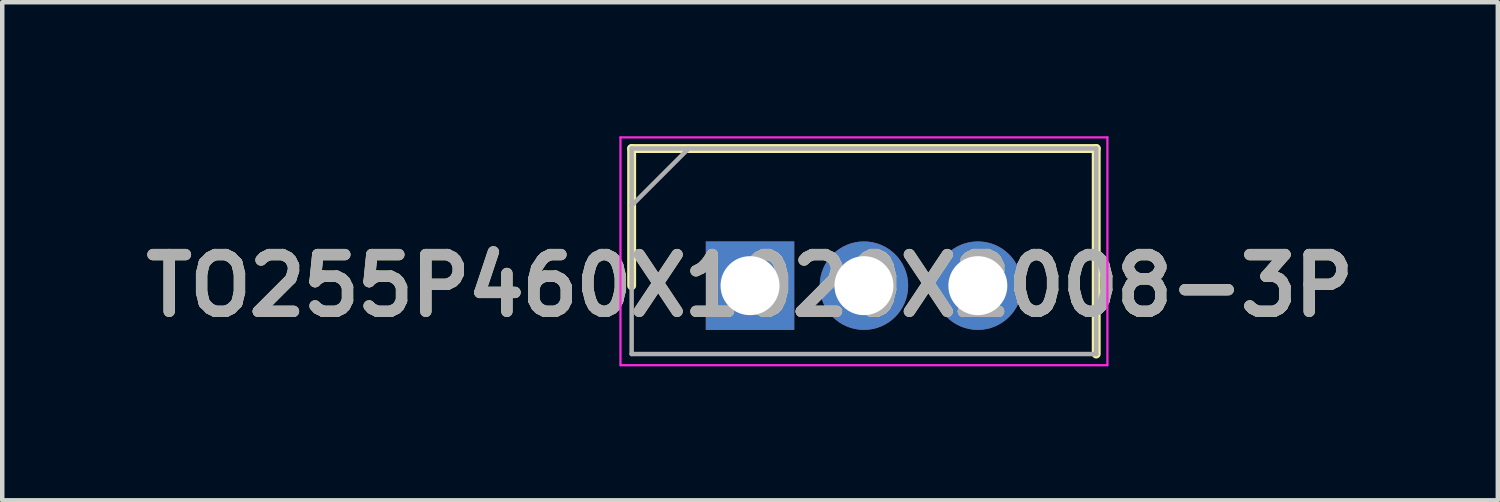
<source format=kicad_pcb>
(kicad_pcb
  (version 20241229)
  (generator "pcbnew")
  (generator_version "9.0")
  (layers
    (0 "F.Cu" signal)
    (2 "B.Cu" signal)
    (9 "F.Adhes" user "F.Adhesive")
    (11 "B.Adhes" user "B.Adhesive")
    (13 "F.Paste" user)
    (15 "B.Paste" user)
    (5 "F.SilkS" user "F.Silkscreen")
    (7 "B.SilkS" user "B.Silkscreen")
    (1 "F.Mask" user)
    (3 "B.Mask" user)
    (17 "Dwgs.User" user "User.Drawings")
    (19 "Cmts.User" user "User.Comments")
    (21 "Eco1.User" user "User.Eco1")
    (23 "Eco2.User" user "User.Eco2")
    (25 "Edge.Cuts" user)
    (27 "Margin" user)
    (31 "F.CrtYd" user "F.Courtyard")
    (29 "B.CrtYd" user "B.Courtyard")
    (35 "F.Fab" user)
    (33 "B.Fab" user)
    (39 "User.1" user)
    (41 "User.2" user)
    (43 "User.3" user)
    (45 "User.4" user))
  (footprint "TO255P460X1020X2008-3P"
    (layer "F.Cu")
    (at 13.74 3.345)
    (property "Reference" "TO255P460X1020X2008-3P" (at 0 0 0) (layer "F.SilkS") (effects (font (size 1.27 1.27) (thickness 0.254))))
    (attr through_hole)
    (fp_line (start -2.65 -3.07) (end -2.65 0) (stroke (width 0.2) (type solid)) (layer "F.SilkS"))
    (fp_line (start 7.75 -3.07) (end -2.65 -3.07) (stroke (width 0.2) (type solid)) (layer "F.SilkS"))
    (fp_line (start 7.75 1.53) (end 7.75 -3.07) (stroke (width 0.2) (type solid)) (layer "F.SilkS"))
    (fp_line (start -2.9 -3.32) (end 8 -3.32) (stroke (width 0.05) (type solid)) (layer "F.CrtYd"))
    (fp_line (start -2.9 1.78) (end -2.9 -3.32) (stroke (width 0.05) (type solid)) (layer "F.CrtYd"))
    (fp_line (start 8 -3.32) (end 8 1.78) (stroke (width 0.05) (type solid)) (layer "F.CrtYd"))
    (fp_line (start 8 1.78) (end -2.9 1.78) (stroke (width 0.05) (type solid)) (layer "F.CrtYd"))
    (fp_line (start -2.65 -3.07) (end 7.75 -3.07) (stroke (width 0.1) (type solid)) (layer "F.Fab"))
    (fp_line (start -2.65 -1.795) (end -1.375 -3.07) (stroke (width 0.1) (type solid)) (layer "F.Fab"))
    (fp_line (start -2.65 1.53) (end -2.65 -3.07) (stroke (width 0.1) (type solid)) (layer "F.Fab"))
    (fp_line (start 7.75 -3.07) (end 7.75 1.53) (stroke (width 0.1) (type solid)) (layer "F.Fab"))
    (fp_line (start 7.75 1.53) (end -2.65 1.53) (stroke (width 0.1) (type solid)) (layer "F.Fab"))
    (fp_text user "${REFERENCE}" (at 0 0 0) (layer "F.Fab") (effects (font (size 1.27 1.27) (thickness 0.254))))
    (pad "1" thru_hole rect (at 0 0) (size 1.98 1.98) (drill 1.32) (layers "*.Cu" "*.Mask"))
    (pad "2" thru_hole circle (at 2.55 0) (size 1.98 1.98) (drill 1.32) (layers "*.Cu" "*.Mask"))
    (pad "3" thru_hole circle (at 5.1 0) (size 1.98 1.98) (drill 1.32) (layers "*.Cu" "*.Mask")))
  (gr_rect
    (start -3 -3)
    (end 30.48 8.15)
    (stroke (width 0.1) (type default))
    (fill no)
    (layer "Edge.Cuts")))
</source>
